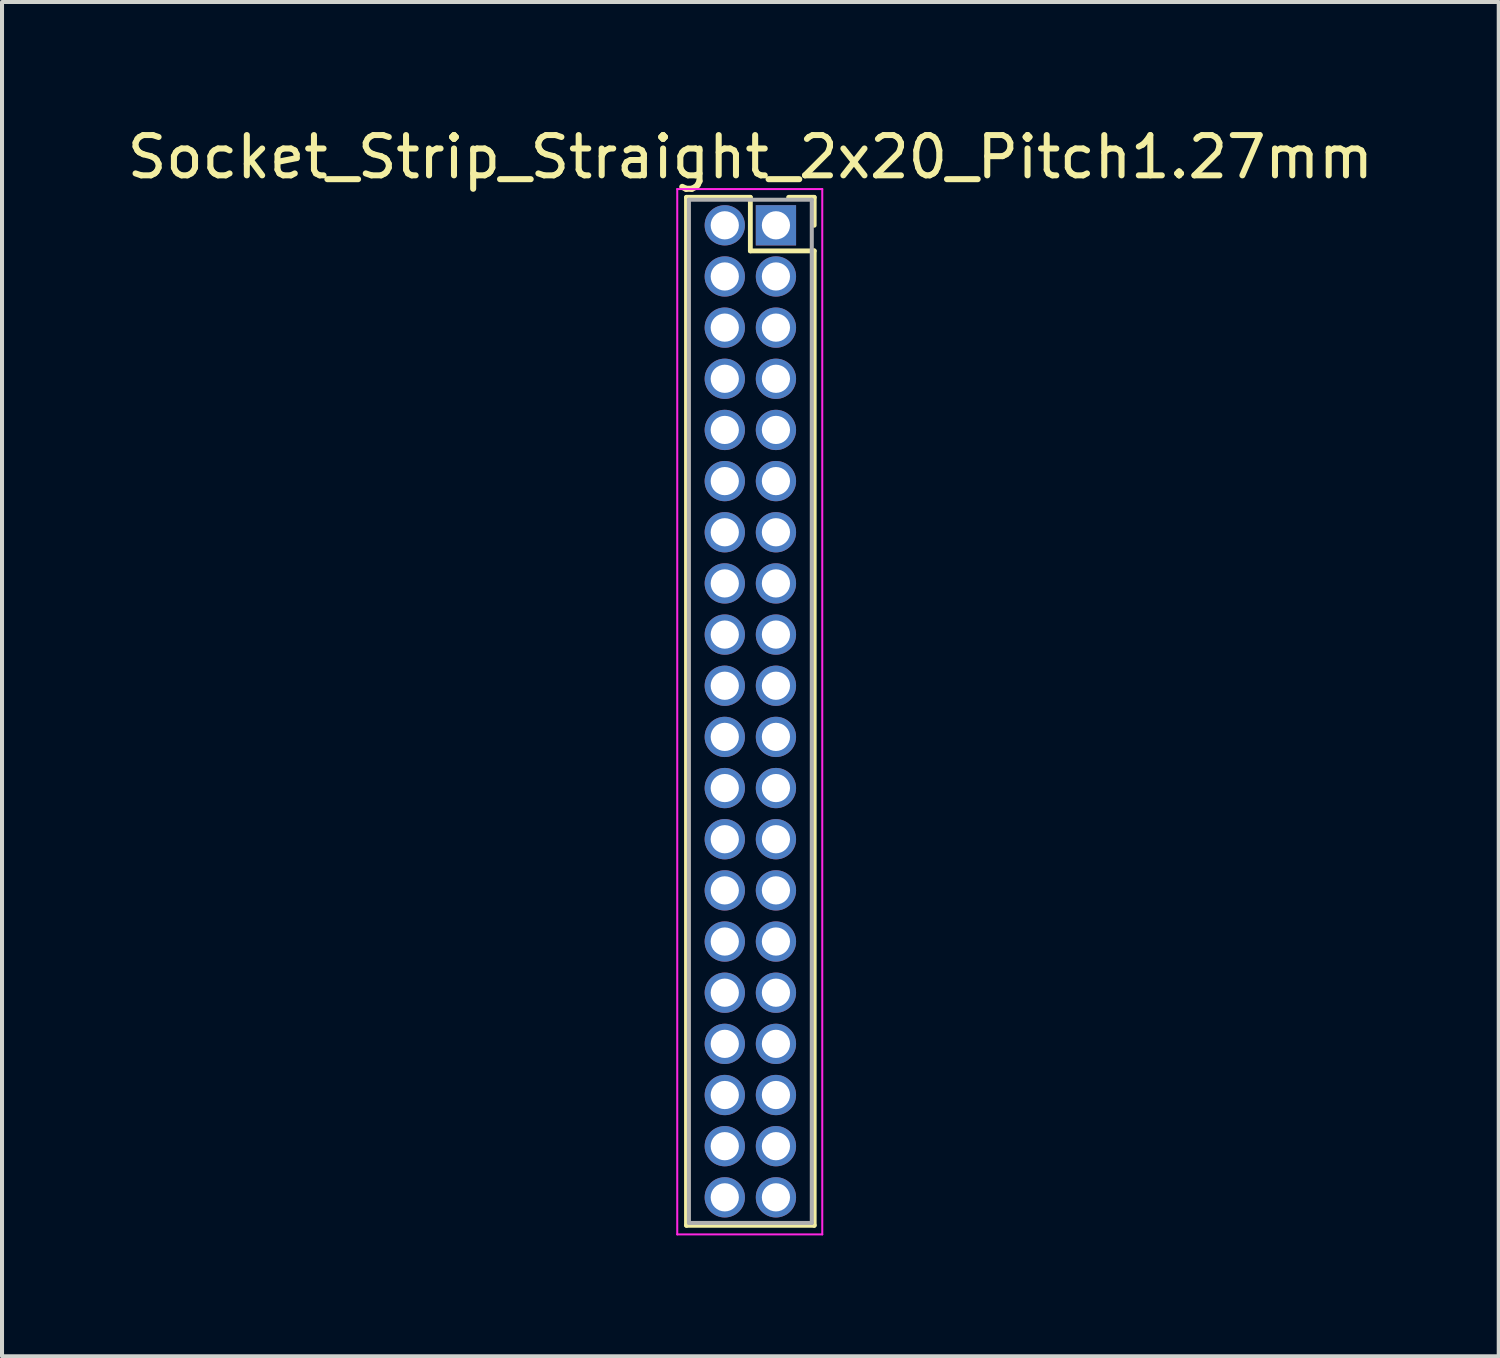
<source format=kicad_pcb>
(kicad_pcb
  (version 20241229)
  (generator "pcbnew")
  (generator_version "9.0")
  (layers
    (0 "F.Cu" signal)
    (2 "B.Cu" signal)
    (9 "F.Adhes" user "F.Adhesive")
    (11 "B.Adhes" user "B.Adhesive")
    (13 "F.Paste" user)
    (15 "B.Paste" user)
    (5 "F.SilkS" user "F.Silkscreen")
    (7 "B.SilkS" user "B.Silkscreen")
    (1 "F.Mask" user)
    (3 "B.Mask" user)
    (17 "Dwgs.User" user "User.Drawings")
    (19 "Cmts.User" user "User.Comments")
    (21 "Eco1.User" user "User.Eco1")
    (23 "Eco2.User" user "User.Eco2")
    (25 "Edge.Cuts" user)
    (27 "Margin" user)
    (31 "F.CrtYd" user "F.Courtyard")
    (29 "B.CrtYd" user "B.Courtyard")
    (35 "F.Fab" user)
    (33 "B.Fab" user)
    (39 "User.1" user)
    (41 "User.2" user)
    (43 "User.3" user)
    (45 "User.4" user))
  (footprint "Socket_Strip_Straight_2x20_Pitch1.27mm"
    (layer "F.Cu")
    (at 16.212 2.543)
    (property "Reference" "Socket_Strip_Straight_2x20_Pitch1.27mm" (at -0.635 -1.695 0) (layer "F.SilkS") (effects (font (size 1 1) (thickness 0.15))))
    (attr through_hole)
    (fp_line (start -2.22 -0.695) (end -0.635 -0.695) (stroke (width 0.12) (type solid)) (layer "F.SilkS"))
    (fp_line (start -2.22 24.825) (end -2.22 -0.695) (stroke (width 0.12) (type solid)) (layer "F.SilkS"))
    (fp_line (start -0.635 -0.695) (end -0.635 0.635) (stroke (width 0.12) (type solid)) (layer "F.SilkS"))
    (fp_line (start -0.635 0.635) (end 0.95 0.635) (stroke (width 0.12) (type solid)) (layer "F.SilkS"))
    (fp_line (start 0.95 -0.695) (end 0.315 -0.695) (stroke (width 0.12) (type solid)) (layer "F.SilkS"))
    (fp_line (start 0.95 0) (end 0.95 -0.695) (stroke (width 0.12) (type solid)) (layer "F.SilkS"))
    (fp_line (start 0.95 0.635) (end 0.95 24.825) (stroke (width 0.12) (type solid)) (layer "F.SilkS"))
    (fp_line (start 0.95 24.825) (end -2.22 24.825) (stroke (width 0.12) (type solid)) (layer "F.SilkS"))
    (fp_line (start -2.45 -0.9) (end -2.45 25.05) (stroke (width 0.05) (type solid)) (layer "F.CrtYd"))
    (fp_line (start -2.45 25.05) (end 1.15 25.05) (stroke (width 0.05) (type solid)) (layer "F.CrtYd"))
    (fp_line (start 1.15 -0.9) (end -2.45 -0.9) (stroke (width 0.05) (type solid)) (layer "F.CrtYd"))
    (fp_line (start 1.15 25.05) (end 1.15 -0.9) (stroke (width 0.05) (type solid)) (layer "F.CrtYd"))
    (fp_line (start -2.16 -0.635) (end -2.16 24.765) (stroke (width 0.1) (type solid)) (layer "F.Fab"))
    (fp_line (start -2.16 24.765) (end 0.89 24.765) (stroke (width 0.1) (type solid)) (layer "F.Fab"))
    (fp_line (start 0.89 -0.635) (end -2.16 -0.635) (stroke (width 0.1) (type solid)) (layer "F.Fab"))
    (fp_line (start 0.89 24.765) (end 0.89 -0.635) (stroke (width 0.1) (type solid)) (layer "F.Fab"))
    (pad "1" thru_hole rect (at 0 0) (size 1 1) (drill 0.7) (layers "*.Cu" "*.Mask"))
    (pad "2" thru_hole oval (at -1.27 0) (size 1 1) (drill 0.7) (layers "*.Cu" "*.Mask"))
    (pad "3" thru_hole oval (at 0 1.27) (size 1 1) (drill 0.7) (layers "*.Cu" "*.Mask"))
    (pad "4" thru_hole oval (at -1.27 1.27) (size 1 1) (drill 0.7) (layers "*.Cu" "*.Mask"))
    (pad "5" thru_hole oval (at 0 2.54) (size 1 1) (drill 0.7) (layers "*.Cu" "*.Mask"))
    (pad "6" thru_hole oval (at -1.27 2.54) (size 1 1) (drill 0.7) (layers "*.Cu" "*.Mask"))
    (pad "7" thru_hole oval (at 0 3.81) (size 1 1) (drill 0.7) (layers "*.Cu" "*.Mask"))
    (pad "8" thru_hole oval (at -1.27 3.81) (size 1 1) (drill 0.7) (layers "*.Cu" "*.Mask"))
    (pad "9" thru_hole oval (at 0 5.08) (size 1 1) (drill 0.7) (layers "*.Cu" "*.Mask"))
    (pad "10" thru_hole oval (at -1.27 5.08) (size 1 1) (drill 0.7) (layers "*.Cu" "*.Mask"))
    (pad "11" thru_hole oval (at 0 6.35) (size 1 1) (drill 0.7) (layers "*.Cu" "*.Mask"))
    (pad "12" thru_hole oval (at -1.27 6.35) (size 1 1) (drill 0.7) (layers "*.Cu" "*.Mask"))
    (pad "13" thru_hole oval (at 0 7.62) (size 1 1) (drill 0.7) (layers "*.Cu" "*.Mask"))
    (pad "14" thru_hole oval (at -1.27 7.62) (size 1 1) (drill 0.7) (layers "*.Cu" "*.Mask"))
    (pad "15" thru_hole oval (at 0 8.89) (size 1 1) (drill 0.7) (layers "*.Cu" "*.Mask"))
    (pad "16" thru_hole oval (at -1.27 8.89) (size 1 1) (drill 0.7) (layers "*.Cu" "*.Mask"))
    (pad "17" thru_hole oval (at 0 10.16) (size 1 1) (drill 0.7) (layers "*.Cu" "*.Mask"))
    (pad "18" thru_hole oval (at -1.27 10.16) (size 1 1) (drill 0.7) (layers "*.Cu" "*.Mask"))
    (pad "19" thru_hole oval (at 0 11.43) (size 1 1) (drill 0.7) (layers "*.Cu" "*.Mask"))
    (pad "20" thru_hole oval (at -1.27 11.43) (size 1 1) (drill 0.7) (layers "*.Cu" "*.Mask"))
    (pad "21" thru_hole oval (at 0 12.7) (size 1 1) (drill 0.7) (layers "*.Cu" "*.Mask"))
    (pad "22" thru_hole oval (at -1.27 12.7) (size 1 1) (drill 0.7) (layers "*.Cu" "*.Mask"))
    (pad "23" thru_hole oval (at 0 13.97) (size 1 1) (drill 0.7) (layers "*.Cu" "*.Mask"))
    (pad "24" thru_hole oval (at -1.27 13.97) (size 1 1) (drill 0.7) (layers "*.Cu" "*.Mask"))
    (pad "25" thru_hole oval (at 0 15.24) (size 1 1) (drill 0.7) (layers "*.Cu" "*.Mask"))
    (pad "26" thru_hole oval (at -1.27 15.24) (size 1 1) (drill 0.7) (layers "*.Cu" "*.Mask"))
    (pad "27" thru_hole oval (at 0 16.51) (size 1 1) (drill 0.7) (layers "*.Cu" "*.Mask"))
    (pad "28" thru_hole oval (at -1.27 16.51) (size 1 1) (drill 0.7) (layers "*.Cu" "*.Mask"))
    (pad "29" thru_hole oval (at 0 17.78) (size 1 1) (drill 0.7) (layers "*.Cu" "*.Mask"))
    (pad "30" thru_hole oval (at -1.27 17.78) (size 1 1) (drill 0.7) (layers "*.Cu" "*.Mask"))
    (pad "31" thru_hole oval (at 0 19.05) (size 1 1) (drill 0.7) (layers "*.Cu" "*.Mask"))
    (pad "32" thru_hole oval (at -1.27 19.05) (size 1 1) (drill 0.7) (layers "*.Cu" "*.Mask"))
    (pad "33" thru_hole oval (at 0 20.32) (size 1 1) (drill 0.7) (layers "*.Cu" "*.Mask"))
    (pad "34" thru_hole oval (at -1.27 20.32) (size 1 1) (drill 0.7) (layers "*.Cu" "*.Mask"))
    (pad "35" thru_hole oval (at 0 21.59) (size 1 1) (drill 0.7) (layers "*.Cu" "*.Mask"))
    (pad "36" thru_hole oval (at -1.27 21.59) (size 1 1) (drill 0.7) (layers "*.Cu" "*.Mask"))
    (pad "37" thru_hole oval (at 0 22.86) (size 1 1) (drill 0.7) (layers "*.Cu" "*.Mask"))
    (pad "38" thru_hole oval (at -1.27 22.86) (size 1 1) (drill 0.7) (layers "*.Cu" "*.Mask"))
    (pad "39" thru_hole oval (at 0 24.13) (size 1 1) (drill 0.7) (layers "*.Cu" "*.Mask"))
    (pad "40" thru_hole oval (at -1.27 24.13) (size 1 1) (drill 0.7) (layers "*.Cu" "*.Mask")))
  (gr_rect
    (start -3 -3)
    (end 34.155 30.618)
    (stroke (width 0.1) (type default))
    (fill no)
    (layer "Edge.Cuts")))
</source>
